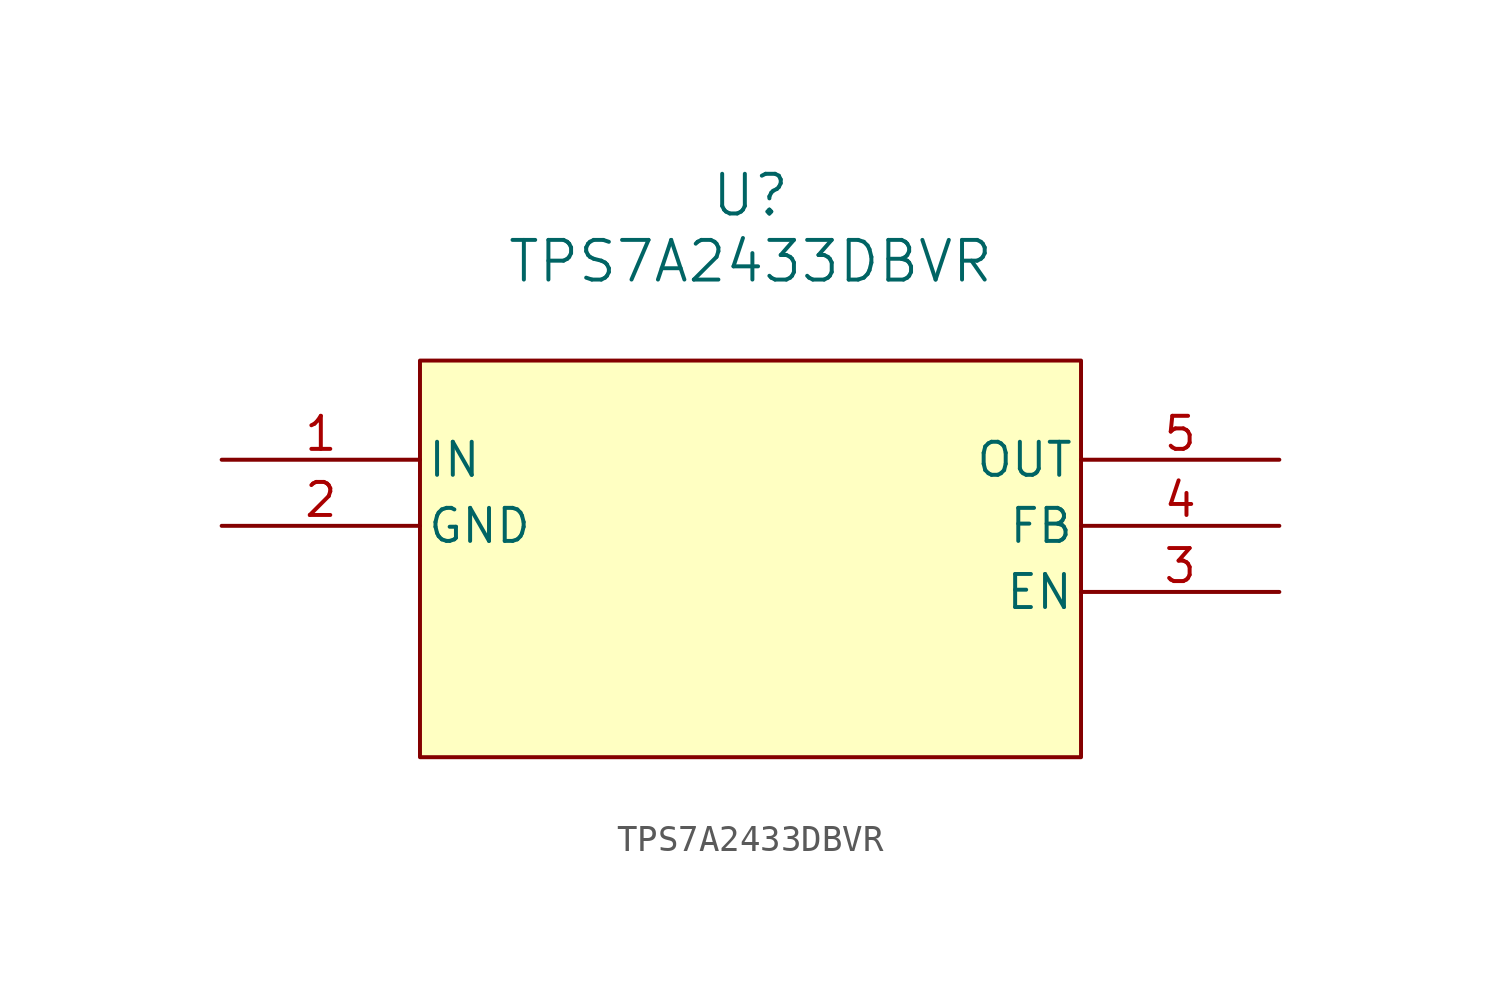
<source format=kicad_sym>
(kicad_symbol_lib
  (version 20231120)
  (generator "kicad_symbol_editor")
  (generator_version "8.0")
  (symbol "TPS7A2433DBVR"
    (pin_names
      (offset 0.254))
    (property "Reference" "U"
      (at 20.32 10.16 0)
      (effects (font (size 1.524 1.524))))
    (property "Value" "TPS7A2433DBVR"
      (at 20.32 7.62 0)
      (effects (font (size 1.524 1.524))))
    (property "ki_locked" ""
      (at 0 0 0)
      (effects (font (size 1.27 1.27))))
    (symbol "TPS7A2433DBVR_1_1"
      (rectangle (start 7.62 3.81) (end 33.02 -11.43) (stroke (width 0) (type default)) (fill (type background)))
      (pin power_in line (at 0 0 0) (length 7.62) (name "IN" (effects (font (size 1.27 1.27)))) (number "1" (effects (font (size 1.27 1.27)))))
      (pin power_in line (at 0 -2.54 0) (length 7.62) (name "GND" (effects (font (size 1.27 1.27)))) (number "2" (effects (font (size 1.27 1.27)))))
      (pin input line (at 40.64 -5.08 180) (length 7.62) (name "EN" (effects (font (size 1.27 1.27)))) (number "3" (effects (font (size 1.27 1.27)))))
      (pin input line (at 40.64 -2.54 180) (length 7.62) (name "FB" (effects (font (size 1.27 1.27)))) (number "4" (effects (font (size 1.27 1.27)))))
      (pin output line (at 40.64 0 180) (length 7.62) (name "OUT" (effects (font (size 1.27 1.27)))) (number "5" (effects (font (size 1.27 1.27))))))))
</source>
